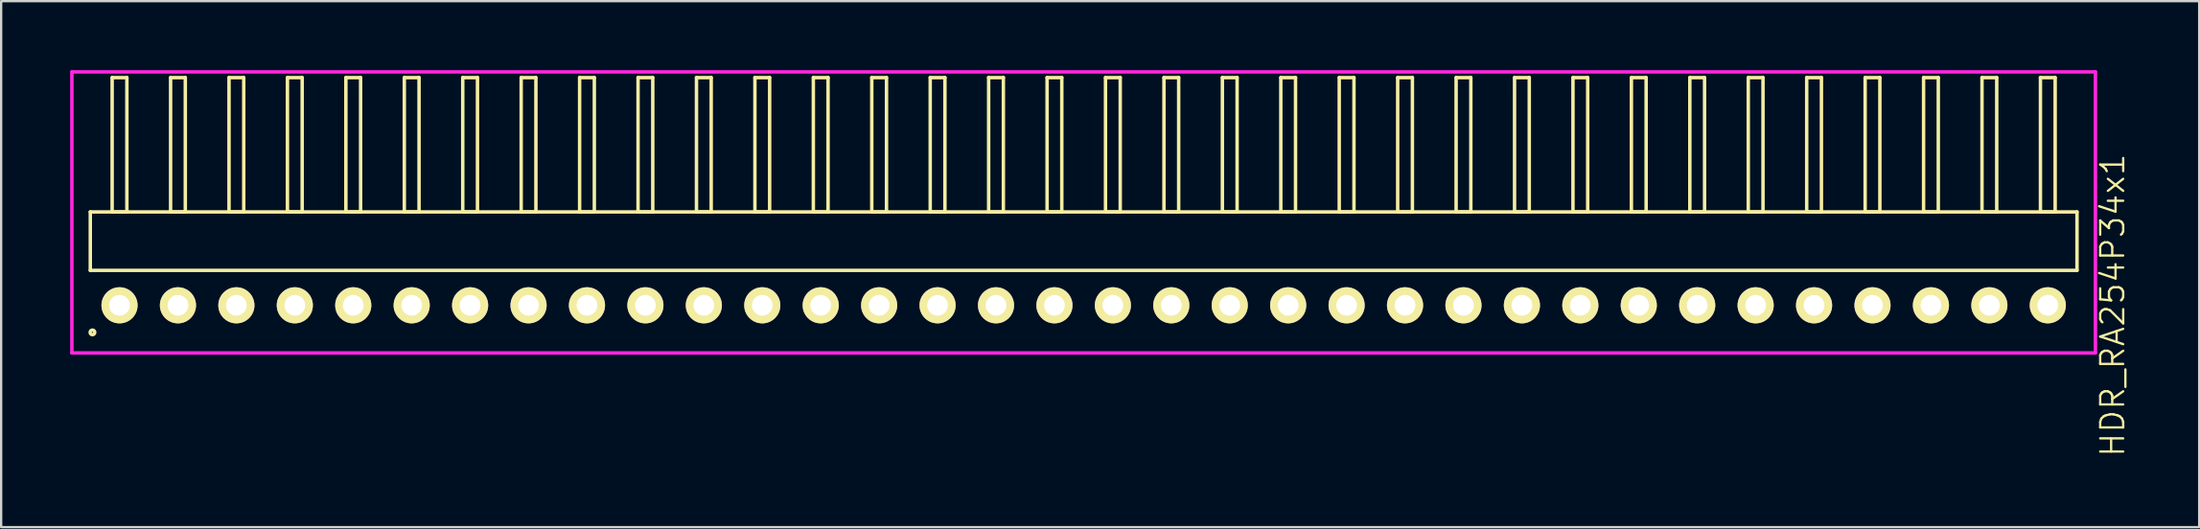
<source format=kicad_pcb>
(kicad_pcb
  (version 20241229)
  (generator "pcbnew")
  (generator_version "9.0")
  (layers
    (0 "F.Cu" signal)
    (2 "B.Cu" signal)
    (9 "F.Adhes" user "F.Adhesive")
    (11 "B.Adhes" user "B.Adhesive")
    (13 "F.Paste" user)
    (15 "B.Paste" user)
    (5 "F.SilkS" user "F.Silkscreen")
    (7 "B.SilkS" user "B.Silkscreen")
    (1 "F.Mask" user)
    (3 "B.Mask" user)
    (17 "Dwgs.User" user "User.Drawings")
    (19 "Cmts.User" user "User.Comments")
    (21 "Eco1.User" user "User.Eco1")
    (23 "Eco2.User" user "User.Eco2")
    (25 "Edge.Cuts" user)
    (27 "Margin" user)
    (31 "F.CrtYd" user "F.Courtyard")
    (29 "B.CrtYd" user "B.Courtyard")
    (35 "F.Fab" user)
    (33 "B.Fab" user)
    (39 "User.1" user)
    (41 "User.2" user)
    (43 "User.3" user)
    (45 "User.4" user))
  (footprint "HDR_RA254P34x1"
    (layer "F.Cu")
    (at 44.055 10.225)
    (property "Reference" "HDR_RA254P34x1" (at 44.73 0 90) (layer "F.SilkS") (effects (font (size 1 1) (thickness 0.1))))
    (attr through_hole)
    (fp_line (start -43.18 -4.06) (end -43.18 -1.52) (stroke (width 0.15) (type solid)) (layer "F.SilkS"))
    (fp_line (start -43.18 -1.52) (end 43.18 -1.52) (stroke (width 0.15) (type solid)) (layer "F.SilkS"))
    (fp_line (start -42.23 -9.9) (end -42.23 -4.06) (stroke (width 0.15) (type solid)) (layer "F.SilkS"))
    (fp_line (start -42.23 -4.06) (end -41.59 -4.06) (stroke (width 0.15) (type solid)) (layer "F.SilkS"))
    (fp_line (start -41.59 -9.9) (end -42.23 -9.9) (stroke (width 0.15) (type solid)) (layer "F.SilkS"))
    (fp_line (start -41.59 -4.06) (end -41.59 -9.9) (stroke (width 0.15) (type solid)) (layer "F.SilkS"))
    (fp_line (start -39.69 -9.9) (end -39.69 -4.06) (stroke (width 0.15) (type solid)) (layer "F.SilkS"))
    (fp_line (start -39.69 -4.06) (end -39.05 -4.06) (stroke (width 0.15) (type solid)) (layer "F.SilkS"))
    (fp_line (start -39.05 -9.9) (end -39.69 -9.9) (stroke (width 0.15) (type solid)) (layer "F.SilkS"))
    (fp_line (start -39.05 -4.06) (end -39.05 -9.9) (stroke (width 0.15) (type solid)) (layer "F.SilkS"))
    (fp_line (start -37.15 -9.9) (end -37.15 -4.06) (stroke (width 0.15) (type solid)) (layer "F.SilkS"))
    (fp_line (start -37.15 -4.06) (end -36.51 -4.06) (stroke (width 0.15) (type solid)) (layer "F.SilkS"))
    (fp_line (start -36.51 -9.9) (end -37.15 -9.9) (stroke (width 0.15) (type solid)) (layer "F.SilkS"))
    (fp_line (start -36.51 -4.06) (end -36.51 -9.9) (stroke (width 0.15) (type solid)) (layer "F.SilkS"))
    (fp_line (start -34.61 -9.9) (end -34.61 -4.06) (stroke (width 0.15) (type solid)) (layer "F.SilkS"))
    (fp_line (start -34.61 -4.06) (end -33.97 -4.06) (stroke (width 0.15) (type solid)) (layer "F.SilkS"))
    (fp_line (start -33.97 -9.9) (end -34.61 -9.9) (stroke (width 0.15) (type solid)) (layer "F.SilkS"))
    (fp_line (start -33.97 -4.06) (end -33.97 -9.9) (stroke (width 0.15) (type solid)) (layer "F.SilkS"))
    (fp_line (start -32.07 -9.9) (end -32.07 -4.06) (stroke (width 0.15) (type solid)) (layer "F.SilkS"))
    (fp_line (start -32.07 -4.06) (end -31.43 -4.06) (stroke (width 0.15) (type solid)) (layer "F.SilkS"))
    (fp_line (start -31.43 -9.9) (end -32.07 -9.9) (stroke (width 0.15) (type solid)) (layer "F.SilkS"))
    (fp_line (start -31.43 -4.06) (end -31.43 -9.9) (stroke (width 0.15) (type solid)) (layer "F.SilkS"))
    (fp_line (start -29.53 -9.9) (end -29.53 -4.06) (stroke (width 0.15) (type solid)) (layer "F.SilkS"))
    (fp_line (start -29.53 -4.06) (end -28.89 -4.06) (stroke (width 0.15) (type solid)) (layer "F.SilkS"))
    (fp_line (start -28.89 -9.9) (end -29.53 -9.9) (stroke (width 0.15) (type solid)) (layer "F.SilkS"))
    (fp_line (start -28.89 -4.06) (end -28.89 -9.9) (stroke (width 0.15) (type solid)) (layer "F.SilkS"))
    (fp_line (start -26.99 -9.9) (end -26.99 -4.06) (stroke (width 0.15) (type solid)) (layer "F.SilkS"))
    (fp_line (start -26.99 -4.06) (end -26.35 -4.06) (stroke (width 0.15) (type solid)) (layer "F.SilkS"))
    (fp_line (start -26.35 -9.9) (end -26.99 -9.9) (stroke (width 0.15) (type solid)) (layer "F.SilkS"))
    (fp_line (start -26.35 -4.06) (end -26.35 -9.9) (stroke (width 0.15) (type solid)) (layer "F.SilkS"))
    (fp_line (start -24.45 -9.9) (end -24.45 -4.06) (stroke (width 0.15) (type solid)) (layer "F.SilkS"))
    (fp_line (start -24.45 -4.06) (end -23.81 -4.06) (stroke (width 0.15) (type solid)) (layer "F.SilkS"))
    (fp_line (start -23.81 -9.9) (end -24.45 -9.9) (stroke (width 0.15) (type solid)) (layer "F.SilkS"))
    (fp_line (start -23.81 -4.06) (end -23.81 -9.9) (stroke (width 0.15) (type solid)) (layer "F.SilkS"))
    (fp_line (start -21.91 -9.9) (end -21.91 -4.06) (stroke (width 0.15) (type solid)) (layer "F.SilkS"))
    (fp_line (start -21.91 -4.06) (end -21.27 -4.06) (stroke (width 0.15) (type solid)) (layer "F.SilkS"))
    (fp_line (start -21.27 -9.9) (end -21.91 -9.9) (stroke (width 0.15) (type solid)) (layer "F.SilkS"))
    (fp_line (start -21.27 -4.06) (end -21.27 -9.9) (stroke (width 0.15) (type solid)) (layer "F.SilkS"))
    (fp_line (start -19.37 -9.9) (end -19.37 -4.06) (stroke (width 0.15) (type solid)) (layer "F.SilkS"))
    (fp_line (start -19.37 -4.06) (end -18.73 -4.06) (stroke (width 0.15) (type solid)) (layer "F.SilkS"))
    (fp_line (start -18.73 -9.9) (end -19.37 -9.9) (stroke (width 0.15) (type solid)) (layer "F.SilkS"))
    (fp_line (start -18.73 -4.06) (end -18.73 -9.9) (stroke (width 0.15) (type solid)) (layer "F.SilkS"))
    (fp_line (start -16.83 -9.9) (end -16.83 -4.06) (stroke (width 0.15) (type solid)) (layer "F.SilkS"))
    (fp_line (start -16.83 -4.06) (end -16.19 -4.06) (stroke (width 0.15) (type solid)) (layer "F.SilkS"))
    (fp_line (start -16.19 -9.9) (end -16.83 -9.9) (stroke (width 0.15) (type solid)) (layer "F.SilkS"))
    (fp_line (start -16.19 -4.06) (end -16.19 -9.9) (stroke (width 0.15) (type solid)) (layer "F.SilkS"))
    (fp_line (start -14.29 -9.9) (end -14.29 -4.06) (stroke (width 0.15) (type solid)) (layer "F.SilkS"))
    (fp_line (start -14.29 -4.06) (end -13.65 -4.06) (stroke (width 0.15) (type solid)) (layer "F.SilkS"))
    (fp_line (start -13.65 -9.9) (end -14.29 -9.9) (stroke (width 0.15) (type solid)) (layer "F.SilkS"))
    (fp_line (start -13.65 -4.06) (end -13.65 -9.9) (stroke (width 0.15) (type solid)) (layer "F.SilkS"))
    (fp_line (start -11.75 -9.9) (end -11.75 -4.06) (stroke (width 0.15) (type solid)) (layer "F.SilkS"))
    (fp_line (start -11.75 -4.06) (end -11.11 -4.06) (stroke (width 0.15) (type solid)) (layer "F.SilkS"))
    (fp_line (start -11.11 -9.9) (end -11.75 -9.9) (stroke (width 0.15) (type solid)) (layer "F.SilkS"))
    (fp_line (start -11.11 -4.06) (end -11.11 -9.9) (stroke (width 0.15) (type solid)) (layer "F.SilkS"))
    (fp_line (start -9.21 -9.9) (end -9.21 -4.06) (stroke (width 0.15) (type solid)) (layer "F.SilkS"))
    (fp_line (start -9.21 -4.06) (end -8.57 -4.06) (stroke (width 0.15) (type solid)) (layer "F.SilkS"))
    (fp_line (start -8.57 -9.9) (end -9.21 -9.9) (stroke (width 0.15) (type solid)) (layer "F.SilkS"))
    (fp_line (start -8.57 -4.06) (end -8.57 -9.9) (stroke (width 0.15) (type solid)) (layer "F.SilkS"))
    (fp_line (start -6.67 -9.9) (end -6.67 -4.06) (stroke (width 0.15) (type solid)) (layer "F.SilkS"))
    (fp_line (start -6.67 -4.06) (end -6.03 -4.06) (stroke (width 0.15) (type solid)) (layer "F.SilkS"))
    (fp_line (start -6.03 -9.9) (end -6.67 -9.9) (stroke (width 0.15) (type solid)) (layer "F.SilkS"))
    (fp_line (start -6.03 -4.06) (end -6.03 -9.9) (stroke (width 0.15) (type solid)) (layer "F.SilkS"))
    (fp_line (start -4.13 -9.9) (end -4.13 -4.06) (stroke (width 0.15) (type solid)) (layer "F.SilkS"))
    (fp_line (start -4.13 -4.06) (end -3.49 -4.06) (stroke (width 0.15) (type solid)) (layer "F.SilkS"))
    (fp_line (start -3.49 -9.9) (end -4.13 -9.9) (stroke (width 0.15) (type solid)) (layer "F.SilkS"))
    (fp_line (start -3.49 -4.06) (end -3.49 -9.9) (stroke (width 0.15) (type solid)) (layer "F.SilkS"))
    (fp_line (start -1.59 -9.9) (end -1.59 -4.06) (stroke (width 0.15) (type solid)) (layer "F.SilkS"))
    (fp_line (start -1.59 -4.06) (end -0.95 -4.06) (stroke (width 0.15) (type solid)) (layer "F.SilkS"))
    (fp_line (start -0.95 -9.9) (end -1.59 -9.9) (stroke (width 0.15) (type solid)) (layer "F.SilkS"))
    (fp_line (start -0.95 -4.06) (end -0.95 -9.9) (stroke (width 0.15) (type solid)) (layer "F.SilkS"))
    (fp_line (start 0.95 -9.9) (end 0.95 -4.06) (stroke (width 0.15) (type solid)) (layer "F.SilkS"))
    (fp_line (start 0.95 -4.06) (end 1.59 -4.06) (stroke (width 0.15) (type solid)) (layer "F.SilkS"))
    (fp_line (start 1.59 -9.9) (end 0.95 -9.9) (stroke (width 0.15) (type solid)) (layer "F.SilkS"))
    (fp_line (start 1.59 -4.06) (end 1.59 -9.9) (stroke (width 0.15) (type solid)) (layer "F.SilkS"))
    (fp_line (start 3.49 -9.9) (end 3.49 -4.06) (stroke (width 0.15) (type solid)) (layer "F.SilkS"))
    (fp_line (start 3.49 -4.06) (end 4.13 -4.06) (stroke (width 0.15) (type solid)) (layer "F.SilkS"))
    (fp_line (start 4.13 -9.9) (end 3.49 -9.9) (stroke (width 0.15) (type solid)) (layer "F.SilkS"))
    (fp_line (start 4.13 -4.06) (end 4.13 -9.9) (stroke (width 0.15) (type solid)) (layer "F.SilkS"))
    (fp_line (start 6.03 -9.9) (end 6.03 -4.06) (stroke (width 0.15) (type solid)) (layer "F.SilkS"))
    (fp_line (start 6.03 -4.06) (end 6.67 -4.06) (stroke (width 0.15) (type solid)) (layer "F.SilkS"))
    (fp_line (start 6.67 -9.9) (end 6.03 -9.9) (stroke (width 0.15) (type solid)) (layer "F.SilkS"))
    (fp_line (start 6.67 -4.06) (end 6.67 -9.9) (stroke (width 0.15) (type solid)) (layer "F.SilkS"))
    (fp_line (start 8.57 -9.9) (end 8.57 -4.06) (stroke (width 0.15) (type solid)) (layer "F.SilkS"))
    (fp_line (start 8.57 -4.06) (end 9.21 -4.06) (stroke (width 0.15) (type solid)) (layer "F.SilkS"))
    (fp_line (start 9.21 -9.9) (end 8.57 -9.9) (stroke (width 0.15) (type solid)) (layer "F.SilkS"))
    (fp_line (start 9.21 -4.06) (end 9.21 -9.9) (stroke (width 0.15) (type solid)) (layer "F.SilkS"))
    (fp_line (start 11.11 -9.9) (end 11.11 -4.06) (stroke (width 0.15) (type solid)) (layer "F.SilkS"))
    (fp_line (start 11.11 -4.06) (end 11.75 -4.06) (stroke (width 0.15) (type solid)) (layer "F.SilkS"))
    (fp_line (start 11.75 -9.9) (end 11.11 -9.9) (stroke (width 0.15) (type solid)) (layer "F.SilkS"))
    (fp_line (start 11.75 -4.06) (end 11.75 -9.9) (stroke (width 0.15) (type solid)) (layer "F.SilkS"))
    (fp_line (start 13.65 -9.9) (end 13.65 -4.06) (stroke (width 0.15) (type solid)) (layer "F.SilkS"))
    (fp_line (start 13.65 -4.06) (end 14.29 -4.06) (stroke (width 0.15) (type solid)) (layer "F.SilkS"))
    (fp_line (start 14.29 -9.9) (end 13.65 -9.9) (stroke (width 0.15) (type solid)) (layer "F.SilkS"))
    (fp_line (start 14.29 -4.06) (end 14.29 -9.9) (stroke (width 0.15) (type solid)) (layer "F.SilkS"))
    (fp_line (start 16.19 -9.9) (end 16.19 -4.06) (stroke (width 0.15) (type solid)) (layer "F.SilkS"))
    (fp_line (start 16.19 -4.06) (end 16.83 -4.06) (stroke (width 0.15) (type solid)) (layer "F.SilkS"))
    (fp_line (start 16.83 -9.9) (end 16.19 -9.9) (stroke (width 0.15) (type solid)) (layer "F.SilkS"))
    (fp_line (start 16.83 -4.06) (end 16.83 -9.9) (stroke (width 0.15) (type solid)) (layer "F.SilkS"))
    (fp_line (start 18.73 -9.9) (end 18.73 -4.06) (stroke (width 0.15) (type solid)) (layer "F.SilkS"))
    (fp_line (start 18.73 -4.06) (end 19.37 -4.06) (stroke (width 0.15) (type solid)) (layer "F.SilkS"))
    (fp_line (start 19.37 -9.9) (end 18.73 -9.9) (stroke (width 0.15) (type solid)) (layer "F.SilkS"))
    (fp_line (start 19.37 -4.06) (end 19.37 -9.9) (stroke (width 0.15) (type solid)) (layer "F.SilkS"))
    (fp_line (start 21.27 -9.9) (end 21.27 -4.06) (stroke (width 0.15) (type solid)) (layer "F.SilkS"))
    (fp_line (start 21.27 -4.06) (end 21.91 -4.06) (stroke (width 0.15) (type solid)) (layer "F.SilkS"))
    (fp_line (start 21.91 -9.9) (end 21.27 -9.9) (stroke (width 0.15) (type solid)) (layer "F.SilkS"))
    (fp_line (start 21.91 -4.06) (end 21.91 -9.9) (stroke (width 0.15) (type solid)) (layer "F.SilkS"))
    (fp_line (start 23.81 -9.9) (end 23.81 -4.06) (stroke (width 0.15) (type solid)) (layer "F.SilkS"))
    (fp_line (start 23.81 -4.06) (end 24.45 -4.06) (stroke (width 0.15) (type solid)) (layer "F.SilkS"))
    (fp_line (start 24.45 -9.9) (end 23.81 -9.9) (stroke (width 0.15) (type solid)) (layer "F.SilkS"))
    (fp_line (start 24.45 -4.06) (end 24.45 -9.9) (stroke (width 0.15) (type solid)) (layer "F.SilkS"))
    (fp_line (start 26.35 -9.9) (end 26.35 -4.06) (stroke (width 0.15) (type solid)) (layer "F.SilkS"))
    (fp_line (start 26.35 -4.06) (end 26.99 -4.06) (stroke (width 0.15) (type solid)) (layer "F.SilkS"))
    (fp_line (start 26.99 -9.9) (end 26.35 -9.9) (stroke (width 0.15) (type solid)) (layer "F.SilkS"))
    (fp_line (start 26.99 -4.06) (end 26.99 -9.9) (stroke (width 0.15) (type solid)) (layer "F.SilkS"))
    (fp_line (start 28.89 -9.9) (end 28.89 -4.06) (stroke (width 0.15) (type solid)) (layer "F.SilkS"))
    (fp_line (start 28.89 -4.06) (end 29.53 -4.06) (stroke (width 0.15) (type solid)) (layer "F.SilkS"))
    (fp_line (start 29.53 -9.9) (end 28.89 -9.9) (stroke (width 0.15) (type solid)) (layer "F.SilkS"))
    (fp_line (start 29.53 -4.06) (end 29.53 -9.9) (stroke (width 0.15) (type solid)) (layer "F.SilkS"))
    (fp_line (start 31.43 -9.9) (end 31.43 -4.06) (stroke (width 0.15) (type solid)) (layer "F.SilkS"))
    (fp_line (start 31.43 -4.06) (end 32.07 -4.06) (stroke (width 0.15) (type solid)) (layer "F.SilkS"))
    (fp_line (start 32.07 -9.9) (end 31.43 -9.9) (stroke (width 0.15) (type solid)) (layer "F.SilkS"))
    (fp_line (start 32.07 -4.06) (end 32.07 -9.9) (stroke (width 0.15) (type solid)) (layer "F.SilkS"))
    (fp_line (start 33.97 -9.9) (end 33.97 -4.06) (stroke (width 0.15) (type solid)) (layer "F.SilkS"))
    (fp_line (start 33.97 -4.06) (end 34.61 -4.06) (stroke (width 0.15) (type solid)) (layer "F.SilkS"))
    (fp_line (start 34.61 -9.9) (end 33.97 -9.9) (stroke (width 0.15) (type solid)) (layer "F.SilkS"))
    (fp_line (start 34.61 -4.06) (end 34.61 -9.9) (stroke (width 0.15) (type solid)) (layer "F.SilkS"))
    (fp_line (start 36.51 -9.9) (end 36.51 -4.06) (stroke (width 0.15) (type solid)) (layer "F.SilkS"))
    (fp_line (start 36.51 -4.06) (end 37.15 -4.06) (stroke (width 0.15) (type solid)) (layer "F.SilkS"))
    (fp_line (start 37.15 -9.9) (end 36.51 -9.9) (stroke (width 0.15) (type solid)) (layer "F.SilkS"))
    (fp_line (start 37.15 -4.06) (end 37.15 -9.9) (stroke (width 0.15) (type solid)) (layer "F.SilkS"))
    (fp_line (start 39.05 -9.9) (end 39.05 -4.06) (stroke (width 0.15) (type solid)) (layer "F.SilkS"))
    (fp_line (start 39.05 -4.06) (end 39.69 -4.06) (stroke (width 0.15) (type solid)) (layer "F.SilkS"))
    (fp_line (start 39.69 -9.9) (end 39.05 -9.9) (stroke (width 0.15) (type solid)) (layer "F.SilkS"))
    (fp_line (start 39.69 -4.06) (end 39.69 -9.9) (stroke (width 0.15) (type solid)) (layer "F.SilkS"))
    (fp_line (start 41.59 -9.9) (end 41.59 -4.06) (stroke (width 0.15) (type solid)) (layer "F.SilkS"))
    (fp_line (start 41.59 -4.06) (end 42.23 -4.06) (stroke (width 0.15) (type solid)) (layer "F.SilkS"))
    (fp_line (start 42.23 -9.9) (end 41.59 -9.9) (stroke (width 0.15) (type solid)) (layer "F.SilkS"))
    (fp_line (start 42.23 -4.06) (end 42.23 -9.9) (stroke (width 0.15) (type solid)) (layer "F.SilkS"))
    (fp_line (start 43.18 -4.06) (end -43.18 -4.06) (stroke (width 0.15) (type solid)) (layer "F.SilkS"))
    (fp_line (start 43.18 -1.52) (end 43.18 -4.06) (stroke (width 0.15) (type solid)) (layer "F.SilkS"))
    (fp_circle (center -43.087 1.177) (end -42.987 1.177) (stroke (width 0.15) (type solid)) (fill no) (layer "F.SilkS"))
    (fp_line (start -43.98 -10.15) (end -43.98 2.07) (stroke (width 0.15) (type solid)) (layer "F.CrtYd"))
    (fp_line (start -43.98 2.07) (end 43.98 2.07) (stroke (width 0.15) (type solid)) (layer "F.CrtYd"))
    (fp_line (start 43.98 -10.15) (end -43.98 -10.15) (stroke (width 0.15) (type solid)) (layer "F.CrtYd"))
    (fp_line (start 43.98 2.07) (end 43.98 -10.15) (stroke (width 0.15) (type solid)) (layer "F.CrtYd"))
    (pad "1" thru_hole oval (at -41.91 0) (size 1.57 1.57) (drill 0.9) (layers "*.Cu" "*.Mask" "F.SilkS"))
    (pad "2" thru_hole oval (at -39.37 0) (size 1.57 1.57) (drill 0.9) (layers "*.Cu" "*.Mask" "F.SilkS"))
    (pad "3" thru_hole oval (at -36.83 0) (size 1.57 1.57) (drill 0.9) (layers "*.Cu" "*.Mask" "F.SilkS"))
    (pad "4" thru_hole oval (at -34.29 0) (size 1.57 1.57) (drill 0.9) (layers "*.Cu" "*.Mask" "F.SilkS"))
    (pad "5" thru_hole oval (at -31.75 0) (size 1.57 1.57) (drill 0.9) (layers "*.Cu" "*.Mask" "F.SilkS"))
    (pad "6" thru_hole oval (at -29.21 0) (size 1.57 1.57) (drill 0.9) (layers "*.Cu" "*.Mask" "F.SilkS"))
    (pad "7" thru_hole oval (at -26.67 0) (size 1.57 1.57) (drill 0.9) (layers "*.Cu" "*.Mask" "F.SilkS"))
    (pad "8" thru_hole oval (at -24.13 0) (size 1.57 1.57) (drill 0.9) (layers "*.Cu" "*.Mask" "F.SilkS"))
    (pad "9" thru_hole oval (at -21.59 0) (size 1.57 1.57) (drill 0.9) (layers "*.Cu" "*.Mask" "F.SilkS"))
    (pad "10" thru_hole oval (at -19.05 0) (size 1.57 1.57) (drill 0.9) (layers "*.Cu" "*.Mask" "F.SilkS"))
    (pad "11" thru_hole oval (at -16.51 0) (size 1.57 1.57) (drill 0.9) (layers "*.Cu" "*.Mask" "F.SilkS"))
    (pad "12" thru_hole oval (at -13.97 0) (size 1.57 1.57) (drill 0.9) (layers "*.Cu" "*.Mask" "F.SilkS"))
    (pad "13" thru_hole oval (at -11.43 0) (size 1.57 1.57) (drill 0.9) (layers "*.Cu" "*.Mask" "F.SilkS"))
    (pad "14" thru_hole oval (at -8.89 0) (size 1.57 1.57) (drill 0.9) (layers "*.Cu" "*.Mask" "F.SilkS"))
    (pad "15" thru_hole oval (at -6.35 0) (size 1.57 1.57) (drill 0.9) (layers "*.Cu" "*.Mask" "F.SilkS"))
    (pad "16" thru_hole oval (at -3.81 0) (size 1.57 1.57) (drill 0.9) (layers "*.Cu" "*.Mask" "F.SilkS"))
    (pad "17" thru_hole oval (at -1.27 0) (size 1.57 1.57) (drill 0.9) (layers "*.Cu" "*.Mask" "F.SilkS"))
    (pad "18" thru_hole oval (at 1.27 0) (size 1.57 1.57) (drill 0.9) (layers "*.Cu" "*.Mask" "F.SilkS"))
    (pad "19" thru_hole oval (at 3.81 0) (size 1.57 1.57) (drill 0.9) (layers "*.Cu" "*.Mask" "F.SilkS"))
    (pad "20" thru_hole oval (at 6.35 0) (size 1.57 1.57) (drill 0.9) (layers "*.Cu" "*.Mask" "F.SilkS"))
    (pad "21" thru_hole oval (at 8.89 0) (size 1.57 1.57) (drill 0.9) (layers "*.Cu" "*.Mask" "F.SilkS"))
    (pad "22" thru_hole oval (at 11.43 0) (size 1.57 1.57) (drill 0.9) (layers "*.Cu" "*.Mask" "F.SilkS"))
    (pad "23" thru_hole oval (at 13.97 0) (size 1.57 1.57) (drill 0.9) (layers "*.Cu" "*.Mask" "F.SilkS"))
    (pad "24" thru_hole oval (at 16.51 0) (size 1.57 1.57) (drill 0.9) (layers "*.Cu" "*.Mask" "F.SilkS"))
    (pad "25" thru_hole oval (at 19.05 0) (size 1.57 1.57) (drill 0.9) (layers "*.Cu" "*.Mask" "F.SilkS"))
    (pad "26" thru_hole oval (at 21.59 0) (size 1.57 1.57) (drill 0.9) (layers "*.Cu" "*.Mask" "F.SilkS"))
    (pad "27" thru_hole oval (at 24.13 0) (size 1.57 1.57) (drill 0.9) (layers "*.Cu" "*.Mask" "F.SilkS"))
    (pad "28" thru_hole oval (at 26.67 0) (size 1.57 1.57) (drill 0.9) (layers "*.Cu" "*.Mask" "F.SilkS"))
    (pad "29" thru_hole oval (at 29.21 0) (size 1.57 1.57) (drill 0.9) (layers "*.Cu" "*.Mask" "F.SilkS"))
    (pad "30" thru_hole oval (at 31.75 0) (size 1.57 1.57) (drill 0.9) (layers "*.Cu" "*.Mask" "F.SilkS"))
    (pad "31" thru_hole oval (at 34.29 0) (size 1.57 1.57) (drill 0.9) (layers "*.Cu" "*.Mask" "F.SilkS"))
    (pad "32" thru_hole oval (at 36.83 0) (size 1.57 1.57) (drill 0.9) (layers "*.Cu" "*.Mask" "F.SilkS"))
    (pad "33" thru_hole oval (at 39.37 0) (size 1.57 1.57) (drill 0.9) (layers "*.Cu" "*.Mask" "F.SilkS"))
    (pad "34" thru_hole oval (at 41.91 0) (size 1.57 1.57) (drill 0.9) (layers "*.Cu" "*.Mask" "F.SilkS")))
  (gr_rect
    (start -3 -3)
    (end 92.546 19.87)
    (stroke (width 0.1) (type default))
    (fill no)
    (layer "Edge.Cuts")))
</source>
